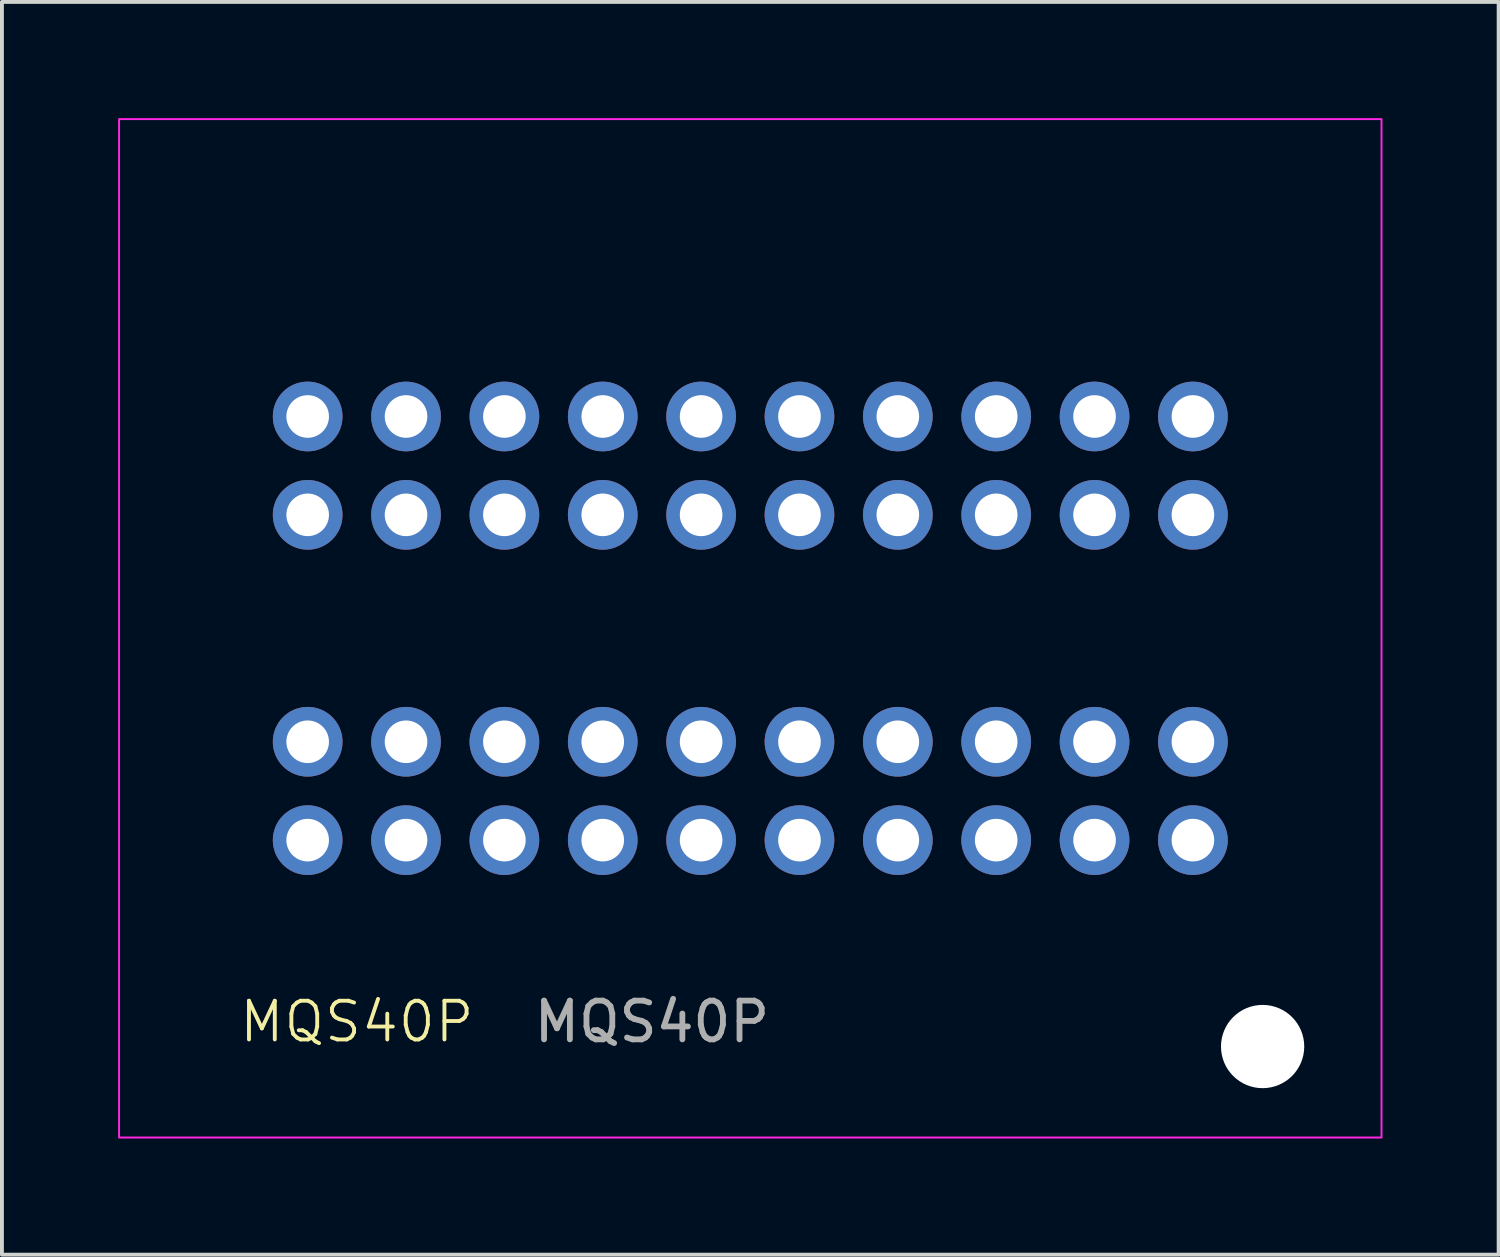
<source format=kicad_pcb>
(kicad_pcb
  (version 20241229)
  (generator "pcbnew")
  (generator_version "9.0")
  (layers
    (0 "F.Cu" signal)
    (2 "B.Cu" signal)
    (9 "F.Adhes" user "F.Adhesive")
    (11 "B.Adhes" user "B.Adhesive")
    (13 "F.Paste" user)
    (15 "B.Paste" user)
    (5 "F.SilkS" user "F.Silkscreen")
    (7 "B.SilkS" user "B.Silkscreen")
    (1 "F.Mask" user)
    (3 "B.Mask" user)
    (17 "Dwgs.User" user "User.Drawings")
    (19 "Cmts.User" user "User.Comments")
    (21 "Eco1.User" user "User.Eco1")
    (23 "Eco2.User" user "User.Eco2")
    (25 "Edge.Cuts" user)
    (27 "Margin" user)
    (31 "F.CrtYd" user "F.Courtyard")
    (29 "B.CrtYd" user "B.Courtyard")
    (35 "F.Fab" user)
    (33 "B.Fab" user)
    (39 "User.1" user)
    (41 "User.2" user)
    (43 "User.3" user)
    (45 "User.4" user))
  (footprint "MQS40P"
    (layer "F.Cu")
    (at 16.325 13.175)
    (property "Reference" "MQS40P" (at -10.16 10.16 0) (unlocked yes) (layer "F.SilkS") (effects (font (size 1 1) (thickness 0.1))))
    (attr through_hole)
    (fp_rect (start -16.3 -13.15) (end 16.3 13.15) (stroke (width 0.05) (type default)) (fill no) (layer "F.CrtYd"))
    (fp_text user "${REFERENCE}" (at -2.54 10.16 0) (unlocked yes) (layer "F.Fab") (effects (font (size 1 1) (thickness 0.15))))
    (pad "" np_thru_hole circle (at 13.23 10.8) (size 2.15 2.15) (drill 2.15) (layers "*.Cu" "*.Mask"))
    (pad "1" thru_hole circle (at -11.43 5.47 270) (size 1.8 1.8) (drill 1.1) (layers "*.Cu" "*.Mask"))
    (pad "2" thru_hole circle (at -8.89 5.47 270) (size 1.8 1.8) (drill 1.1) (layers "*.Cu" "*.Mask"))
    (pad "3" thru_hole circle (at -6.35 5.47 270) (size 1.8 1.8) (drill 1.1) (layers "*.Cu" "*.Mask"))
    (pad "4" thru_hole circle (at -3.81 5.47 270) (size 1.8 1.8) (drill 1.1) (layers "*.Cu" "*.Mask"))
    (pad "5" thru_hole circle (at -1.27 5.47 270) (size 1.8 1.8) (drill 1.1) (layers "*.Cu" "*.Mask"))
    (pad "6" thru_hole circle (at 1.27 5.47 270) (size 1.8 1.8) (drill 1.1) (layers "*.Cu" "*.Mask"))
    (pad "7" thru_hole circle (at 3.81 5.47 270) (size 1.8 1.8) (drill 1.1) (layers "*.Cu" "*.Mask"))
    (pad "8" thru_hole circle (at 6.35 5.47 270) (size 1.8 1.8) (drill 1.1) (layers "*.Cu" "*.Mask"))
    (pad "9" thru_hole circle (at 8.89 5.47 270) (size 1.8 1.8) (drill 1.1) (layers "*.Cu" "*.Mask"))
    (pad "10" thru_hole circle (at 11.43 5.47 270) (size 1.8 1.8) (drill 1.1) (layers "*.Cu" "*.Mask"))
    (pad "11" thru_hole circle (at -11.43 2.93 270) (size 1.8 1.8) (drill 1.1) (layers "*.Cu" "*.Mask"))
    (pad "12" thru_hole circle (at -8.89 2.93 270) (size 1.8 1.8) (drill 1.1) (layers "*.Cu" "*.Mask"))
    (pad "13" thru_hole circle (at -6.35 2.93 270) (size 1.8 1.8) (drill 1.1) (layers "*.Cu" "*.Mask"))
    (pad "14" thru_hole circle (at -3.81 2.93 270) (size 1.8 1.8) (drill 1.1) (layers "*.Cu" "*.Mask"))
    (pad "15" thru_hole circle (at -1.27 2.93 270) (size 1.8 1.8) (drill 1.1) (layers "*.Cu" "*.Mask"))
    (pad "16" thru_hole circle (at 1.27 2.93 270) (size 1.8 1.8) (drill 1.1) (layers "*.Cu" "*.Mask"))
    (pad "17" thru_hole circle (at 3.81 2.93 270) (size 1.8 1.8) (drill 1.1) (layers "*.Cu" "*.Mask"))
    (pad "18" thru_hole circle (at 6.35 2.93 270) (size 1.8 1.8) (drill 1.1) (layers "*.Cu" "*.Mask"))
    (pad "19" thru_hole circle (at 8.89 2.93 270) (size 1.8 1.8) (drill 1.1) (layers "*.Cu" "*.Mask"))
    (pad "20" thru_hole circle (at 11.43 2.93 270) (size 1.8 1.8) (drill 1.1) (layers "*.Cu" "*.Mask"))
    (pad "21" thru_hole circle (at -11.43 -2.93 270) (size 1.8 1.8) (drill 1.1) (layers "*.Cu" "*.Mask"))
    (pad "22" thru_hole circle (at -8.89 -2.93 270) (size 1.8 1.8) (drill 1.1) (layers "*.Cu" "*.Mask"))
    (pad "23" thru_hole circle (at -6.35 -2.93 270) (size 1.8 1.8) (drill 1.1) (layers "*.Cu" "*.Mask"))
    (pad "24" thru_hole circle (at -3.81 -2.93 270) (size 1.8 1.8) (drill 1.1) (layers "*.Cu" "*.Mask"))
    (pad "25" thru_hole circle (at -1.27 -2.93 270) (size 1.8 1.8) (drill 1.1) (layers "*.Cu" "*.Mask"))
    (pad "26" thru_hole circle (at 1.27 -2.93 270) (size 1.8 1.8) (drill 1.1) (layers "*.Cu" "*.Mask"))
    (pad "27" thru_hole circle (at 3.81 -2.93 270) (size 1.8 1.8) (drill 1.1) (layers "*.Cu" "*.Mask"))
    (pad "28" thru_hole circle (at 6.35 -2.93 270) (size 1.8 1.8) (drill 1.1) (layers "*.Cu" "*.Mask"))
    (pad "29" thru_hole circle (at 8.89 -2.93 270) (size 1.8 1.8) (drill 1.1) (layers "*.Cu" "*.Mask"))
    (pad "30" thru_hole circle (at 11.43 -2.93 270) (size 1.8 1.8) (drill 1.1) (layers "*.Cu" "*.Mask"))
    (pad "31" thru_hole circle (at -11.43 -5.47 270) (size 1.8 1.8) (drill 1.1) (layers "*.Cu" "*.Mask"))
    (pad "32" thru_hole circle (at -8.89 -5.47 270) (size 1.8 1.8) (drill 1.1) (layers "*.Cu" "*.Mask"))
    (pad "33" thru_hole circle (at -6.35 -5.47 270) (size 1.8 1.8) (drill 1.1) (layers "*.Cu" "*.Mask"))
    (pad "34" thru_hole circle (at -3.81 -5.47 270) (size 1.8 1.8) (drill 1.1) (layers "*.Cu" "*.Mask"))
    (pad "35" thru_hole circle (at -1.27 -5.47 270) (size 1.8 1.8) (drill 1.1) (layers "*.Cu" "*.Mask"))
    (pad "36" thru_hole circle (at 1.27 -5.47 270) (size 1.8 1.8) (drill 1.1) (layers "*.Cu" "*.Mask"))
    (pad "37" thru_hole circle (at 3.81 -5.47 270) (size 1.8 1.8) (drill 1.1) (layers "*.Cu" "*.Mask"))
    (pad "38" thru_hole circle (at 6.35 -5.47 270) (size 1.8 1.8) (drill 1.1) (layers "*.Cu" "*.Mask"))
    (pad "39" thru_hole circle (at 8.89 -5.47 270) (size 1.8 1.8) (drill 1.1) (layers "*.Cu" "*.Mask"))
    (pad "40" thru_hole circle (at 11.43 -5.47 270) (size 1.8 1.8) (drill 1.1) (layers "*.Cu" "*.Mask")))
  (gr_rect
    (start -3 -3)
    (end 35.65 29.35)
    (stroke (width 0.1) (type default))
    (fill no)
    (layer "Edge.Cuts")))
</source>
